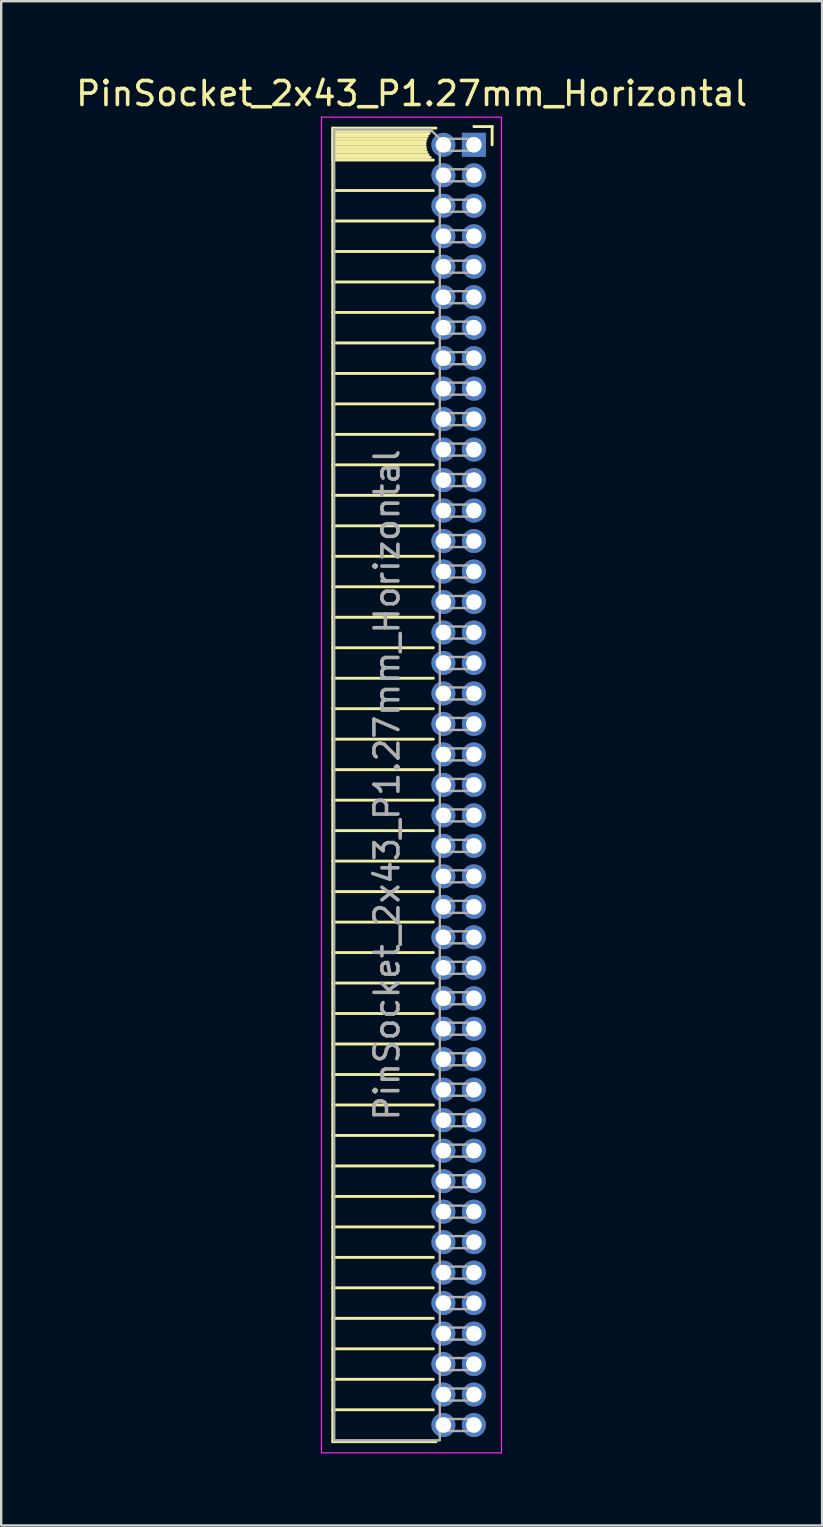
<source format=kicad_pcb>
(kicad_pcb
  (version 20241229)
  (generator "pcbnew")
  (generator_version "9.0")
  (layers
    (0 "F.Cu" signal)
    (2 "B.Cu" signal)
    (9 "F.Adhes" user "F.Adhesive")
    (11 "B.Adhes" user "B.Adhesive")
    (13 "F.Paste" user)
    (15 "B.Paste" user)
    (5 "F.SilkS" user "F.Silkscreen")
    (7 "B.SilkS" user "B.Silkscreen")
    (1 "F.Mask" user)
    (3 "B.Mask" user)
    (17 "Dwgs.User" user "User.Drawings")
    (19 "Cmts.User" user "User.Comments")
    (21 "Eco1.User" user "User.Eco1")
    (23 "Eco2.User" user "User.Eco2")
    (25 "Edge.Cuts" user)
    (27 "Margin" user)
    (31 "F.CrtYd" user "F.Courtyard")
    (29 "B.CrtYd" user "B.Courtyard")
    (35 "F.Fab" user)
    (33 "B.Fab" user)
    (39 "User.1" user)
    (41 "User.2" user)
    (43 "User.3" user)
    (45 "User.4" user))
  (footprint "PinSocket_2x43_P1.27mm_Horizontal"
    (layer "F.Cu")
    (at 16.694 2.983)
    (property "Reference" "PinSocket_2x43_P1.27mm_Horizontal" (at -2.592 -2.135 0) (layer "F.SilkS") (effects (font (size 1 1) (thickness 0.15))))
    (attr through_hole)
    (fp_line (start -5.88 -0.695) (end -5.88 54.035) (stroke (width 0.12) (type solid)) (layer "F.SilkS"))
    (fp_line (start -5.88 -0.695) (end -1.578 -0.695) (stroke (width 0.12) (type solid)) (layer "F.SilkS"))
    (fp_line (start -5.88 -0.575) (end -1.767 -0.575) (stroke (width 0.12) (type solid)) (layer "F.SilkS"))
    (fp_line (start -5.88 -0.465) (end -1.871 -0.465) (stroke (width 0.12) (type solid)) (layer "F.SilkS"))
    (fp_line (start -5.88 -0.355) (end -1.942 -0.355) (stroke (width 0.12) (type solid)) (layer "F.SilkS"))
    (fp_line (start -5.88 -0.245) (end -1.989 -0.245) (stroke (width 0.12) (type solid)) (layer "F.SilkS"))
    (fp_line (start -5.88 -0.135) (end -2.018 -0.135) (stroke (width 0.12) (type solid)) (layer "F.SilkS"))
    (fp_line (start -5.88 -0.025) (end -2.03 -0.025) (stroke (width 0.12) (type solid)) (layer "F.SilkS"))
    (fp_line (start -5.88 0.085) (end -2.025 0.085) (stroke (width 0.12) (type solid)) (layer "F.SilkS"))
    (fp_line (start -5.88 0.195) (end -2.005 0.195) (stroke (width 0.12) (type solid)) (layer "F.SilkS"))
    (fp_line (start -5.88 0.305) (end -1.966 0.305) (stroke (width 0.12) (type solid)) (layer "F.SilkS"))
    (fp_line (start -5.88 0.415) (end -1.907 0.415) (stroke (width 0.12) (type solid)) (layer "F.SilkS"))
    (fp_line (start -5.88 0.525) (end -1.82 0.525) (stroke (width 0.12) (type solid)) (layer "F.SilkS"))
    (fp_line (start -5.88 0.635) (end -1.688 0.635) (stroke (width 0.12) (type solid)) (layer "F.SilkS"))
    (fp_line (start -5.88 1.905) (end -1.688 1.905) (stroke (width 0.12) (type solid)) (layer "F.SilkS"))
    (fp_line (start -5.88 3.175) (end -1.688 3.175) (stroke (width 0.12) (type solid)) (layer "F.SilkS"))
    (fp_line (start -5.88 4.445) (end -1.688 4.445) (stroke (width 0.12) (type solid)) (layer "F.SilkS"))
    (fp_line (start -5.88 5.715) (end -1.688 5.715) (stroke (width 0.12) (type solid)) (layer "F.SilkS"))
    (fp_line (start -5.88 6.985) (end -1.688 6.985) (stroke (width 0.12) (type solid)) (layer "F.SilkS"))
    (fp_line (start -5.88 8.255) (end -1.688 8.255) (stroke (width 0.12) (type solid)) (layer "F.SilkS"))
    (fp_line (start -5.88 9.525) (end -1.688 9.525) (stroke (width 0.12) (type solid)) (layer "F.SilkS"))
    (fp_line (start -5.88 10.795) (end -1.688 10.795) (stroke (width 0.12) (type solid)) (layer "F.SilkS"))
    (fp_line (start -5.88 12.065) (end -1.688 12.065) (stroke (width 0.12) (type solid)) (layer "F.SilkS"))
    (fp_line (start -5.88 13.335) (end -1.688 13.335) (stroke (width 0.12) (type solid)) (layer "F.SilkS"))
    (fp_line (start -5.88 14.605) (end -1.688 14.605) (stroke (width 0.12) (type solid)) (layer "F.SilkS"))
    (fp_line (start -5.88 15.875) (end -1.688 15.875) (stroke (width 0.12) (type solid)) (layer "F.SilkS"))
    (fp_line (start -5.88 17.145) (end -1.688 17.145) (stroke (width 0.12) (type solid)) (layer "F.SilkS"))
    (fp_line (start -5.88 18.415) (end -1.688 18.415) (stroke (width 0.12) (type solid)) (layer "F.SilkS"))
    (fp_line (start -5.88 19.685) (end -1.688 19.685) (stroke (width 0.12) (type solid)) (layer "F.SilkS"))
    (fp_line (start -5.88 20.955) (end -1.688 20.955) (stroke (width 0.12) (type solid)) (layer "F.SilkS"))
    (fp_line (start -5.88 22.225) (end -1.688 22.225) (stroke (width 0.12) (type solid)) (layer "F.SilkS"))
    (fp_line (start -5.88 23.495) (end -1.688 23.495) (stroke (width 0.12) (type solid)) (layer "F.SilkS"))
    (fp_line (start -5.88 24.765) (end -1.688 24.765) (stroke (width 0.12) (type solid)) (layer "F.SilkS"))
    (fp_line (start -5.88 26.035) (end -1.688 26.035) (stroke (width 0.12) (type solid)) (layer "F.SilkS"))
    (fp_line (start -5.88 27.305) (end -1.688 27.305) (stroke (width 0.12) (type solid)) (layer "F.SilkS"))
    (fp_line (start -5.88 28.575) (end -1.688 28.575) (stroke (width 0.12) (type solid)) (layer "F.SilkS"))
    (fp_line (start -5.88 29.845) (end -1.688 29.845) (stroke (width 0.12) (type solid)) (layer "F.SilkS"))
    (fp_line (start -5.88 31.115) (end -1.688 31.115) (stroke (width 0.12) (type solid)) (layer "F.SilkS"))
    (fp_line (start -5.88 32.385) (end -1.688 32.385) (stroke (width 0.12) (type solid)) (layer "F.SilkS"))
    (fp_line (start -5.88 33.655) (end -1.688 33.655) (stroke (width 0.12) (type solid)) (layer "F.SilkS"))
    (fp_line (start -5.88 34.925) (end -1.688 34.925) (stroke (width 0.12) (type solid)) (layer "F.SilkS"))
    (fp_line (start -5.88 36.195) (end -1.688 36.195) (stroke (width 0.12) (type solid)) (layer "F.SilkS"))
    (fp_line (start -5.88 37.465) (end -1.688 37.465) (stroke (width 0.12) (type solid)) (layer "F.SilkS"))
    (fp_line (start -5.88 38.735) (end -1.688 38.735) (stroke (width 0.12) (type solid)) (layer "F.SilkS"))
    (fp_line (start -5.88 40.005) (end -1.688 40.005) (stroke (width 0.12) (type solid)) (layer "F.SilkS"))
    (fp_line (start -5.88 41.275) (end -1.688 41.275) (stroke (width 0.12) (type solid)) (layer "F.SilkS"))
    (fp_line (start -5.88 42.545) (end -1.688 42.545) (stroke (width 0.12) (type solid)) (layer "F.SilkS"))
    (fp_line (start -5.88 43.815) (end -1.688 43.815) (stroke (width 0.12) (type solid)) (layer "F.SilkS"))
    (fp_line (start -5.88 45.085) (end -1.688 45.085) (stroke (width 0.12) (type solid)) (layer "F.SilkS"))
    (fp_line (start -5.88 46.355) (end -1.688 46.355) (stroke (width 0.12) (type solid)) (layer "F.SilkS"))
    (fp_line (start -5.88 47.625) (end -1.688 47.625) (stroke (width 0.12) (type solid)) (layer "F.SilkS"))
    (fp_line (start -5.88 48.895) (end -1.688 48.895) (stroke (width 0.12) (type solid)) (layer "F.SilkS"))
    (fp_line (start -5.88 50.165) (end -1.688 50.165) (stroke (width 0.12) (type solid)) (layer "F.SilkS"))
    (fp_line (start -5.88 51.435) (end -1.688 51.435) (stroke (width 0.12) (type solid)) (layer "F.SilkS"))
    (fp_line (start -5.88 52.705) (end -1.688 52.705) (stroke (width 0.12) (type solid)) (layer "F.SilkS"))
    (fp_line (start -5.88 54.035) (end -1.578 54.035) (stroke (width 0.12) (type solid)) (layer "F.SilkS"))
    (fp_line (start 0 -0.76) (end 0.76 -0.76) (stroke (width 0.12) (type solid)) (layer "F.SilkS"))
    (fp_line (start 0.76 -0.76) (end 0.76 0) (stroke (width 0.12) (type solid)) (layer "F.SilkS"))
    (fp_line (start -6.35 -1.15) (end -6.35 54.5) (stroke (width 0.05) (type solid)) (layer "F.CrtYd"))
    (fp_line (start -6.35 54.5) (end 1.15 54.5) (stroke (width 0.05) (type solid)) (layer "F.CrtYd"))
    (fp_line (start 1.15 -1.15) (end -6.35 -1.15) (stroke (width 0.05) (type solid)) (layer "F.CrtYd"))
    (fp_line (start 1.15 54.5) (end 1.15 -1.15) (stroke (width 0.05) (type solid)) (layer "F.CrtYd"))
    (fp_line (start -5.82 -0.635) (end -1.805 -0.635) (stroke (width 0.1) (type solid)) (layer "F.Fab"))
    (fp_line (start -5.82 53.975) (end -5.82 -0.635) (stroke (width 0.1) (type solid)) (layer "F.Fab"))
    (fp_line (start -1.805 -0.635) (end -1.42 -0.25) (stroke (width 0.1) (type solid)) (layer "F.Fab"))
    (fp_line (start -1.42 -0.25) (end -1.42 53.975) (stroke (width 0.1) (type solid)) (layer "F.Fab"))
    (fp_line (start -1.42 0.25) (end 0 0.25) (stroke (width 0.1) (type solid)) (layer "F.Fab"))
    (fp_line (start -1.42 1.52) (end 0 1.52) (stroke (width 0.1) (type solid)) (layer "F.Fab"))
    (fp_line (start -1.42 2.79) (end 0 2.79) (stroke (width 0.1) (type solid)) (layer "F.Fab"))
    (fp_line (start -1.42 4.06) (end 0 4.06) (stroke (width 0.1) (type solid)) (layer "F.Fab"))
    (fp_line (start -1.42 5.33) (end 0 5.33) (stroke (width 0.1) (type solid)) (layer "F.Fab"))
    (fp_line (start -1.42 6.6) (end 0 6.6) (stroke (width 0.1) (type solid)) (layer "F.Fab"))
    (fp_line (start -1.42 7.87) (end 0 7.87) (stroke (width 0.1) (type solid)) (layer "F.Fab"))
    (fp_line (start -1.42 9.14) (end 0 9.14) (stroke (width 0.1) (type solid)) (layer "F.Fab"))
    (fp_line (start -1.42 10.41) (end 0 10.41) (stroke (width 0.1) (type solid)) (layer "F.Fab"))
    (fp_line (start -1.42 11.68) (end 0 11.68) (stroke (width 0.1) (type solid)) (layer "F.Fab"))
    (fp_line (start -1.42 12.95) (end 0 12.95) (stroke (width 0.1) (type solid)) (layer "F.Fab"))
    (fp_line (start -1.42 14.22) (end 0 14.22) (stroke (width 0.1) (type solid)) (layer "F.Fab"))
    (fp_line (start -1.42 15.49) (end 0 15.49) (stroke (width 0.1) (type solid)) (layer "F.Fab"))
    (fp_line (start -1.42 16.76) (end 0 16.76) (stroke (width 0.1) (type solid)) (layer "F.Fab"))
    (fp_line (start -1.42 18.03) (end 0 18.03) (stroke (width 0.1) (type solid)) (layer "F.Fab"))
    (fp_line (start -1.42 19.3) (end 0 19.3) (stroke (width 0.1) (type solid)) (layer "F.Fab"))
    (fp_line (start -1.42 20.57) (end 0 20.57) (stroke (width 0.1) (type solid)) (layer "F.Fab"))
    (fp_line (start -1.42 21.84) (end 0 21.84) (stroke (width 0.1) (type solid)) (layer "F.Fab"))
    (fp_line (start -1.42 23.11) (end 0 23.11) (stroke (width 0.1) (type solid)) (layer "F.Fab"))
    (fp_line (start -1.42 24.38) (end 0 24.38) (stroke (width 0.1) (type solid)) (layer "F.Fab"))
    (fp_line (start -1.42 25.65) (end 0 25.65) (stroke (width 0.1) (type solid)) (layer "F.Fab"))
    (fp_line (start -1.42 26.92) (end 0 26.92) (stroke (width 0.1) (type solid)) (layer "F.Fab"))
    (fp_line (start -1.42 28.19) (end 0 28.19) (stroke (width 0.1) (type solid)) (layer "F.Fab"))
    (fp_line (start -1.42 29.46) (end 0 29.46) (stroke (width 0.1) (type solid)) (layer "F.Fab"))
    (fp_line (start -1.42 30.73) (end 0 30.73) (stroke (width 0.1) (type solid)) (layer "F.Fab"))
    (fp_line (start -1.42 32) (end 0 32) (stroke (width 0.1) (type solid)) (layer "F.Fab"))
    (fp_line (start -1.42 33.27) (end 0 33.27) (stroke (width 0.1) (type solid)) (layer "F.Fab"))
    (fp_line (start -1.42 34.54) (end 0 34.54) (stroke (width 0.1) (type solid)) (layer "F.Fab"))
    (fp_line (start -1.42 35.81) (end 0 35.81) (stroke (width 0.1) (type solid)) (layer "F.Fab"))
    (fp_line (start -1.42 37.08) (end 0 37.08) (stroke (width 0.1) (type solid)) (layer "F.Fab"))
    (fp_line (start -1.42 38.35) (end 0 38.35) (stroke (width 0.1) (type solid)) (layer "F.Fab"))
    (fp_line (start -1.42 39.62) (end 0 39.62) (stroke (width 0.1) (type solid)) (layer "F.Fab"))
    (fp_line (start -1.42 40.89) (end 0 40.89) (stroke (width 0.1) (type solid)) (layer "F.Fab"))
    (fp_line (start -1.42 42.16) (end 0 42.16) (stroke (width 0.1) (type solid)) (layer "F.Fab"))
    (fp_line (start -1.42 43.43) (end 0 43.43) (stroke (width 0.1) (type solid)) (layer "F.Fab"))
    (fp_line (start -1.42 44.7) (end 0 44.7) (stroke (width 0.1) (type solid)) (layer "F.Fab"))
    (fp_line (start -1.42 45.97) (end 0 45.97) (stroke (width 0.1) (type solid)) (layer "F.Fab"))
    (fp_line (start -1.42 47.24) (end 0 47.24) (stroke (width 0.1) (type solid)) (layer "F.Fab"))
    (fp_line (start -1.42 48.51) (end 0 48.51) (stroke (width 0.1) (type solid)) (layer "F.Fab"))
    (fp_line (start -1.42 49.78) (end 0 49.78) (stroke (width 0.1) (type solid)) (layer "F.Fab"))
    (fp_line (start -1.42 51.05) (end 0 51.05) (stroke (width 0.1) (type solid)) (layer "F.Fab"))
    (fp_line (start -1.42 52.32) (end 0 52.32) (stroke (width 0.1) (type solid)) (layer "F.Fab"))
    (fp_line (start -1.42 53.59) (end 0 53.59) (stroke (width 0.1) (type solid)) (layer "F.Fab"))
    (fp_line (start -1.42 53.975) (end -5.82 53.975) (stroke (width 0.1) (type solid)) (layer "F.Fab"))
    (fp_line (start 0 -0.25) (end -1.42 -0.25) (stroke (width 0.1) (type solid)) (layer "F.Fab"))
    (fp_line (start 0 0.25) (end 0 -0.25) (stroke (width 0.1) (type solid)) (layer "F.Fab"))
    (fp_line (start 0 1.02) (end -1.42 1.02) (stroke (width 0.1) (type solid)) (layer "F.Fab"))
    (fp_line (start 0 1.52) (end 0 1.02) (stroke (width 0.1) (type solid)) (layer "F.Fab"))
    (fp_line (start 0 2.29) (end -1.42 2.29) (stroke (width 0.1) (type solid)) (layer "F.Fab"))
    (fp_line (start 0 2.79) (end 0 2.29) (stroke (width 0.1) (type solid)) (layer "F.Fab"))
    (fp_line (start 0 3.56) (end -1.42 3.56) (stroke (width 0.1) (type solid)) (layer "F.Fab"))
    (fp_line (start 0 4.06) (end 0 3.56) (stroke (width 0.1) (type solid)) (layer "F.Fab"))
    (fp_line (start 0 4.83) (end -1.42 4.83) (stroke (width 0.1) (type solid)) (layer "F.Fab"))
    (fp_line (start 0 5.33) (end 0 4.83) (stroke (width 0.1) (type solid)) (layer "F.Fab"))
    (fp_line (start 0 6.1) (end -1.42 6.1) (stroke (width 0.1) (type solid)) (layer "F.Fab"))
    (fp_line (start 0 6.6) (end 0 6.1) (stroke (width 0.1) (type solid)) (layer "F.Fab"))
    (fp_line (start 0 7.37) (end -1.42 7.37) (stroke (width 0.1) (type solid)) (layer "F.Fab"))
    (fp_line (start 0 7.87) (end 0 7.37) (stroke (width 0.1) (type solid)) (layer "F.Fab"))
    (fp_line (start 0 8.64) (end -1.42 8.64) (stroke (width 0.1) (type solid)) (layer "F.Fab"))
    (fp_line (start 0 9.14) (end 0 8.64) (stroke (width 0.1) (type solid)) (layer "F.Fab"))
    (fp_line (start 0 9.91) (end -1.42 9.91) (stroke (width 0.1) (type solid)) (layer "F.Fab"))
    (fp_line (start 0 10.41) (end 0 9.91) (stroke (width 0.1) (type solid)) (layer "F.Fab"))
    (fp_line (start 0 11.18) (end -1.42 11.18) (stroke (width 0.1) (type solid)) (layer "F.Fab"))
    (fp_line (start 0 11.68) (end 0 11.18) (stroke (width 0.1) (type solid)) (layer "F.Fab"))
    (fp_line (start 0 12.45) (end -1.42 12.45) (stroke (width 0.1) (type solid)) (layer "F.Fab"))
    (fp_line (start 0 12.95) (end 0 12.45) (stroke (width 0.1) (type solid)) (layer "F.Fab"))
    (fp_line (start 0 13.72) (end -1.42 13.72) (stroke (width 0.1) (type solid)) (layer "F.Fab"))
    (fp_line (start 0 14.22) (end 0 13.72) (stroke (width 0.1) (type solid)) (layer "F.Fab"))
    (fp_line (start 0 14.99) (end -1.42 14.99) (stroke (width 0.1) (type solid)) (layer "F.Fab"))
    (fp_line (start 0 15.49) (end 0 14.99) (stroke (width 0.1) (type solid)) (layer "F.Fab"))
    (fp_line (start 0 16.26) (end -1.42 16.26) (stroke (width 0.1) (type solid)) (layer "F.Fab"))
    (fp_line (start 0 16.76) (end 0 16.26) (stroke (width 0.1) (type solid)) (layer "F.Fab"))
    (fp_line (start 0 17.53) (end -1.42 17.53) (stroke (width 0.1) (type solid)) (layer "F.Fab"))
    (fp_line (start 0 18.03) (end 0 17.53) (stroke (width 0.1) (type solid)) (layer "F.Fab"))
    (fp_line (start 0 18.8) (end -1.42 18.8) (stroke (width 0.1) (type solid)) (layer "F.Fab"))
    (fp_line (start 0 19.3) (end 0 18.8) (stroke (width 0.1) (type solid)) (layer "F.Fab"))
    (fp_line (start 0 20.07) (end -1.42 20.07) (stroke (width 0.1) (type solid)) (layer "F.Fab"))
    (fp_line (start 0 20.57) (end 0 20.07) (stroke (width 0.1) (type solid)) (layer "F.Fab"))
    (fp_line (start 0 21.34) (end -1.42 21.34) (stroke (width 0.1) (type solid)) (layer "F.Fab"))
    (fp_line (start 0 21.84) (end 0 21.34) (stroke (width 0.1) (type solid)) (layer "F.Fab"))
    (fp_line (start 0 22.61) (end -1.42 22.61) (stroke (width 0.1) (type solid)) (layer "F.Fab"))
    (fp_line (start 0 23.11) (end 0 22.61) (stroke (width 0.1) (type solid)) (layer "F.Fab"))
    (fp_line (start 0 23.88) (end -1.42 23.88) (stroke (width 0.1) (type solid)) (layer "F.Fab"))
    (fp_line (start 0 24.38) (end 0 23.88) (stroke (width 0.1) (type solid)) (layer "F.Fab"))
    (fp_line (start 0 25.15) (end -1.42 25.15) (stroke (width 0.1) (type solid)) (layer "F.Fab"))
    (fp_line (start 0 25.65) (end 0 25.15) (stroke (width 0.1) (type solid)) (layer "F.Fab"))
    (fp_line (start 0 26.42) (end -1.42 26.42) (stroke (width 0.1) (type solid)) (layer "F.Fab"))
    (fp_line (start 0 26.92) (end 0 26.42) (stroke (width 0.1) (type solid)) (layer "F.Fab"))
    (fp_line (start 0 27.69) (end -1.42 27.69) (stroke (width 0.1) (type solid)) (layer "F.Fab"))
    (fp_line (start 0 28.19) (end 0 27.69) (stroke (width 0.1) (type solid)) (layer "F.Fab"))
    (fp_line (start 0 28.96) (end -1.42 28.96) (stroke (width 0.1) (type solid)) (layer "F.Fab"))
    (fp_line (start 0 29.46) (end 0 28.96) (stroke (width 0.1) (type solid)) (layer "F.Fab"))
    (fp_line (start 0 30.23) (end -1.42 30.23) (stroke (width 0.1) (type solid)) (layer "F.Fab"))
    (fp_line (start 0 30.73) (end 0 30.23) (stroke (width 0.1) (type solid)) (layer "F.Fab"))
    (fp_line (start 0 31.5) (end -1.42 31.5) (stroke (width 0.1) (type solid)) (layer "F.Fab"))
    (fp_line (start 0 32) (end 0 31.5) (stroke (width 0.1) (type solid)) (layer "F.Fab"))
    (fp_line (start 0 32.77) (end -1.42 32.77) (stroke (width 0.1) (type solid)) (layer "F.Fab"))
    (fp_line (start 0 33.27) (end 0 32.77) (stroke (width 0.1) (type solid)) (layer "F.Fab"))
    (fp_line (start 0 34.04) (end -1.42 34.04) (stroke (width 0.1) (type solid)) (layer "F.Fab"))
    (fp_line (start 0 34.54) (end 0 34.04) (stroke (width 0.1) (type solid)) (layer "F.Fab"))
    (fp_line (start 0 35.31) (end -1.42 35.31) (stroke (width 0.1) (type solid)) (layer "F.Fab"))
    (fp_line (start 0 35.81) (end 0 35.31) (stroke (width 0.1) (type solid)) (layer "F.Fab"))
    (fp_line (start 0 36.58) (end -1.42 36.58) (stroke (width 0.1) (type solid)) (layer "F.Fab"))
    (fp_line (start 0 37.08) (end 0 36.58) (stroke (width 0.1) (type solid)) (layer "F.Fab"))
    (fp_line (start 0 37.85) (end -1.42 37.85) (stroke (width 0.1) (type solid)) (layer "F.Fab"))
    (fp_line (start 0 38.35) (end 0 37.85) (stroke (width 0.1) (type solid)) (layer "F.Fab"))
    (fp_line (start 0 39.12) (end -1.42 39.12) (stroke (width 0.1) (type solid)) (layer "F.Fab"))
    (fp_line (start 0 39.62) (end 0 39.12) (stroke (width 0.1) (type solid)) (layer "F.Fab"))
    (fp_line (start 0 40.39) (end -1.42 40.39) (stroke (width 0.1) (type solid)) (layer "F.Fab"))
    (fp_line (start 0 40.89) (end 0 40.39) (stroke (width 0.1) (type solid)) (layer "F.Fab"))
    (fp_line (start 0 41.66) (end -1.42 41.66) (stroke (width 0.1) (type solid)) (layer "F.Fab"))
    (fp_line (start 0 42.16) (end 0 41.66) (stroke (width 0.1) (type solid)) (layer "F.Fab"))
    (fp_line (start 0 42.93) (end -1.42 42.93) (stroke (width 0.1) (type solid)) (layer "F.Fab"))
    (fp_line (start 0 43.43) (end 0 42.93) (stroke (width 0.1) (type solid)) (layer "F.Fab"))
    (fp_line (start 0 44.2) (end -1.42 44.2) (stroke (width 0.1) (type solid)) (layer "F.Fab"))
    (fp_line (start 0 44.7) (end 0 44.2) (stroke (width 0.1) (type solid)) (layer "F.Fab"))
    (fp_line (start 0 45.47) (end -1.42 45.47) (stroke (width 0.1) (type solid)) (layer "F.Fab"))
    (fp_line (start 0 45.97) (end 0 45.47) (stroke (width 0.1) (type solid)) (layer "F.Fab"))
    (fp_line (start 0 46.74) (end -1.42 46.74) (stroke (width 0.1) (type solid)) (layer "F.Fab"))
    (fp_line (start 0 47.24) (end 0 46.74) (stroke (width 0.1) (type solid)) (layer "F.Fab"))
    (fp_line (start 0 48.01) (end -1.42 48.01) (stroke (width 0.1) (type solid)) (layer "F.Fab"))
    (fp_line (start 0 48.51) (end 0 48.01) (stroke (width 0.1) (type solid)) (layer "F.Fab"))
    (fp_line (start 0 49.28) (end -1.42 49.28) (stroke (width 0.1) (type solid)) (layer "F.Fab"))
    (fp_line (start 0 49.78) (end 0 49.28) (stroke (width 0.1) (type solid)) (layer "F.Fab"))
    (fp_line (start 0 50.55) (end -1.42 50.55) (stroke (width 0.1) (type solid)) (layer "F.Fab"))
    (fp_line (start 0 51.05) (end 0 50.55) (stroke (width 0.1) (type solid)) (layer "F.Fab"))
    (fp_line (start 0 51.82) (end -1.42 51.82) (stroke (width 0.1) (type solid)) (layer "F.Fab"))
    (fp_line (start 0 52.32) (end 0 51.82) (stroke (width 0.1) (type solid)) (layer "F.Fab"))
    (fp_line (start 0 53.09) (end -1.42 53.09) (stroke (width 0.1) (type solid)) (layer "F.Fab"))
    (fp_line (start 0 53.59) (end 0 53.09) (stroke (width 0.1) (type solid)) (layer "F.Fab"))
    (fp_text user "${REFERENCE}" (at -3.62 26.67 90) (layer "F.Fab") (effects (font (size 1 1) (thickness 0.15))))
    (pad "1" thru_hole rect (at 0 0) (size 1 1) (drill 0.65) (layers "*.Cu" "*.Mask"))
    (pad "2" thru_hole circle (at -1.27 0) (size 1 1) (drill 0.65) (layers "*.Cu" "*.Mask"))
    (pad "3" thru_hole circle (at 0 1.27) (size 1 1) (drill 0.65) (layers "*.Cu" "*.Mask"))
    (pad "4" thru_hole circle (at -1.27 1.27) (size 1 1) (drill 0.65) (layers "*.Cu" "*.Mask"))
    (pad "5" thru_hole circle (at 0 2.54) (size 1 1) (drill 0.65) (layers "*.Cu" "*.Mask"))
    (pad "6" thru_hole circle (at -1.27 2.54) (size 1 1) (drill 0.65) (layers "*.Cu" "*.Mask"))
    (pad "7" thru_hole circle (at 0 3.81) (size 1 1) (drill 0.65) (layers "*.Cu" "*.Mask"))
    (pad "8" thru_hole circle (at -1.27 3.81) (size 1 1) (drill 0.65) (layers "*.Cu" "*.Mask"))
    (pad "9" thru_hole circle (at 0 5.08) (size 1 1) (drill 0.65) (layers "*.Cu" "*.Mask"))
    (pad "10" thru_hole circle (at -1.27 5.08) (size 1 1) (drill 0.65) (layers "*.Cu" "*.Mask"))
    (pad "11" thru_hole circle (at 0 6.35) (size 1 1) (drill 0.65) (layers "*.Cu" "*.Mask"))
    (pad "12" thru_hole circle (at -1.27 6.35) (size 1 1) (drill 0.65) (layers "*.Cu" "*.Mask"))
    (pad "13" thru_hole circle (at 0 7.62) (size 1 1) (drill 0.65) (layers "*.Cu" "*.Mask"))
    (pad "14" thru_hole circle (at -1.27 7.62) (size 1 1) (drill 0.65) (layers "*.Cu" "*.Mask"))
    (pad "15" thru_hole circle (at 0 8.89) (size 1 1) (drill 0.65) (layers "*.Cu" "*.Mask"))
    (pad "16" thru_hole circle (at -1.27 8.89) (size 1 1) (drill 0.65) (layers "*.Cu" "*.Mask"))
    (pad "17" thru_hole circle (at 0 10.16) (size 1 1) (drill 0.65) (layers "*.Cu" "*.Mask"))
    (pad "18" thru_hole circle (at -1.27 10.16) (size 1 1) (drill 0.65) (layers "*.Cu" "*.Mask"))
    (pad "19" thru_hole circle (at 0 11.43) (size 1 1) (drill 0.65) (layers "*.Cu" "*.Mask"))
    (pad "20" thru_hole circle (at -1.27 11.43) (size 1 1) (drill 0.65) (layers "*.Cu" "*.Mask"))
    (pad "21" thru_hole circle (at 0 12.7) (size 1 1) (drill 0.65) (layers "*.Cu" "*.Mask"))
    (pad "22" thru_hole circle (at -1.27 12.7) (size 1 1) (drill 0.65) (layers "*.Cu" "*.Mask"))
    (pad "23" thru_hole circle (at 0 13.97) (size 1 1) (drill 0.65) (layers "*.Cu" "*.Mask"))
    (pad "24" thru_hole circle (at -1.27 13.97) (size 1 1) (drill 0.65) (layers "*.Cu" "*.Mask"))
    (pad "25" thru_hole circle (at 0 15.24) (size 1 1) (drill 0.65) (layers "*.Cu" "*.Mask"))
    (pad "26" thru_hole circle (at -1.27 15.24) (size 1 1) (drill 0.65) (layers "*.Cu" "*.Mask"))
    (pad "27" thru_hole circle (at 0 16.51) (size 1 1) (drill 0.65) (layers "*.Cu" "*.Mask"))
    (pad "28" thru_hole circle (at -1.27 16.51) (size 1 1) (drill 0.65) (layers "*.Cu" "*.Mask"))
    (pad "29" thru_hole circle (at 0 17.78) (size 1 1) (drill 0.65) (layers "*.Cu" "*.Mask"))
    (pad "30" thru_hole circle (at -1.27 17.78) (size 1 1) (drill 0.65) (layers "*.Cu" "*.Mask"))
    (pad "31" thru_hole circle (at 0 19.05) (size 1 1) (drill 0.65) (layers "*.Cu" "*.Mask"))
    (pad "32" thru_hole circle (at -1.27 19.05) (size 1 1) (drill 0.65) (layers "*.Cu" "*.Mask"))
    (pad "33" thru_hole circle (at 0 20.32) (size 1 1) (drill 0.65) (layers "*.Cu" "*.Mask"))
    (pad "34" thru_hole circle (at -1.27 20.32) (size 1 1) (drill 0.65) (layers "*.Cu" "*.Mask"))
    (pad "35" thru_hole circle (at 0 21.59) (size 1 1) (drill 0.65) (layers "*.Cu" "*.Mask"))
    (pad "36" thru_hole circle (at -1.27 21.59) (size 1 1) (drill 0.65) (layers "*.Cu" "*.Mask"))
    (pad "37" thru_hole circle (at 0 22.86) (size 1 1) (drill 0.65) (layers "*.Cu" "*.Mask"))
    (pad "38" thru_hole circle (at -1.27 22.86) (size 1 1) (drill 0.65) (layers "*.Cu" "*.Mask"))
    (pad "39" thru_hole circle (at 0 24.13) (size 1 1) (drill 0.65) (layers "*.Cu" "*.Mask"))
    (pad "40" thru_hole circle (at -1.27 24.13) (size 1 1) (drill 0.65) (layers "*.Cu" "*.Mask"))
    (pad "41" thru_hole circle (at 0 25.4) (size 1 1) (drill 0.65) (layers "*.Cu" "*.Mask"))
    (pad "42" thru_hole circle (at -1.27 25.4) (size 1 1) (drill 0.65) (layers "*.Cu" "*.Mask"))
    (pad "43" thru_hole circle (at 0 26.67) (size 1 1) (drill 0.65) (layers "*.Cu" "*.Mask"))
    (pad "44" thru_hole circle (at -1.27 26.67) (size 1 1) (drill 0.65) (layers "*.Cu" "*.Mask"))
    (pad "45" thru_hole circle (at 0 27.94) (size 1 1) (drill 0.65) (layers "*.Cu" "*.Mask"))
    (pad "46" thru_hole circle (at -1.27 27.94) (size 1 1) (drill 0.65) (layers "*.Cu" "*.Mask"))
    (pad "47" thru_hole circle (at 0 29.21) (size 1 1) (drill 0.65) (layers "*.Cu" "*.Mask"))
    (pad "48" thru_hole circle (at -1.27 29.21) (size 1 1) (drill 0.65) (layers "*.Cu" "*.Mask"))
    (pad "49" thru_hole circle (at 0 30.48) (size 1 1) (drill 0.65) (layers "*.Cu" "*.Mask"))
    (pad "50" thru_hole circle (at -1.27 30.48) (size 1 1) (drill 0.65) (layers "*.Cu" "*.Mask"))
    (pad "51" thru_hole circle (at 0 31.75) (size 1 1) (drill 0.65) (layers "*.Cu" "*.Mask"))
    (pad "52" thru_hole circle (at -1.27 31.75) (size 1 1) (drill 0.65) (layers "*.Cu" "*.Mask"))
    (pad "53" thru_hole circle (at 0 33.02) (size 1 1) (drill 0.65) (layers "*.Cu" "*.Mask"))
    (pad "54" thru_hole circle (at -1.27 33.02) (size 1 1) (drill 0.65) (layers "*.Cu" "*.Mask"))
    (pad "55" thru_hole circle (at 0 34.29) (size 1 1) (drill 0.65) (layers "*.Cu" "*.Mask"))
    (pad "56" thru_hole circle (at -1.27 34.29) (size 1 1) (drill 0.65) (layers "*.Cu" "*.Mask"))
    (pad "57" thru_hole circle (at 0 35.56) (size 1 1) (drill 0.65) (layers "*.Cu" "*.Mask"))
    (pad "58" thru_hole circle (at -1.27 35.56) (size 1 1) (drill 0.65) (layers "*.Cu" "*.Mask"))
    (pad "59" thru_hole circle (at 0 36.83) (size 1 1) (drill 0.65) (layers "*.Cu" "*.Mask"))
    (pad "60" thru_hole circle (at -1.27 36.83) (size 1 1) (drill 0.65) (layers "*.Cu" "*.Mask"))
    (pad "61" thru_hole circle (at 0 38.1) (size 1 1) (drill 0.65) (layers "*.Cu" "*.Mask"))
    (pad "62" thru_hole circle (at -1.27 38.1) (size 1 1) (drill 0.65) (layers "*.Cu" "*.Mask"))
    (pad "63" thru_hole circle (at 0 39.37) (size 1 1) (drill 0.65) (layers "*.Cu" "*.Mask"))
    (pad "64" thru_hole circle (at -1.27 39.37) (size 1 1) (drill 0.65) (layers "*.Cu" "*.Mask"))
    (pad "65" thru_hole circle (at 0 40.64) (size 1 1) (drill 0.65) (layers "*.Cu" "*.Mask"))
    (pad "66" thru_hole circle (at -1.27 40.64) (size 1 1) (drill 0.65) (layers "*.Cu" "*.Mask"))
    (pad "67" thru_hole circle (at 0 41.91) (size 1 1) (drill 0.65) (layers "*.Cu" "*.Mask"))
    (pad "68" thru_hole circle (at -1.27 41.91) (size 1 1) (drill 0.65) (layers "*.Cu" "*.Mask"))
    (pad "69" thru_hole circle (at 0 43.18) (size 1 1) (drill 0.65) (layers "*.Cu" "*.Mask"))
    (pad "70" thru_hole circle (at -1.27 43.18) (size 1 1) (drill 0.65) (layers "*.Cu" "*.Mask"))
    (pad "71" thru_hole circle (at 0 44.45) (size 1 1) (drill 0.65) (layers "*.Cu" "*.Mask"))
    (pad "72" thru_hole circle (at -1.27 44.45) (size 1 1) (drill 0.65) (layers "*.Cu" "*.Mask"))
    (pad "73" thru_hole circle (at 0 45.72) (size 1 1) (drill 0.65) (layers "*.Cu" "*.Mask"))
    (pad "74" thru_hole circle (at -1.27 45.72) (size 1 1) (drill 0.65) (layers "*.Cu" "*.Mask"))
    (pad "75" thru_hole circle (at 0 46.99) (size 1 1) (drill 0.65) (layers "*.Cu" "*.Mask"))
    (pad "76" thru_hole circle (at -1.27 46.99) (size 1 1) (drill 0.65) (layers "*.Cu" "*.Mask"))
    (pad "77" thru_hole circle (at 0 48.26) (size 1 1) (drill 0.65) (layers "*.Cu" "*.Mask"))
    (pad "78" thru_hole circle (at -1.27 48.26) (size 1 1) (drill 0.65) (layers "*.Cu" "*.Mask"))
    (pad "79" thru_hole circle (at 0 49.53) (size 1 1) (drill 0.65) (layers "*.Cu" "*.Mask"))
    (pad "80" thru_hole circle (at -1.27 49.53) (size 1 1) (drill 0.65) (layers "*.Cu" "*.Mask"))
    (pad "81" thru_hole circle (at 0 50.8) (size 1 1) (drill 0.65) (layers "*.Cu" "*.Mask"))
    (pad "82" thru_hole circle (at -1.27 50.8) (size 1 1) (drill 0.65) (layers "*.Cu" "*.Mask"))
    (pad "83" thru_hole circle (at 0 52.07) (size 1 1) (drill 0.65) (layers "*.Cu" "*.Mask"))
    (pad "84" thru_hole circle (at -1.27 52.07) (size 1 1) (drill 0.65) (layers "*.Cu" "*.Mask"))
    (pad "85" thru_hole circle (at 0 53.34) (size 1 1) (drill 0.65) (layers "*.Cu" "*.Mask"))
    (pad "86" thru_hole circle (at -1.27 53.34) (size 1 1) (drill 0.65) (layers "*.Cu" "*.Mask")))
  (gr_rect
    (start -3 -3)
    (end 31.202 60.508)
    (stroke (width 0.1) (type default))
    (fill no)
    (layer "Edge.Cuts")))
</source>
